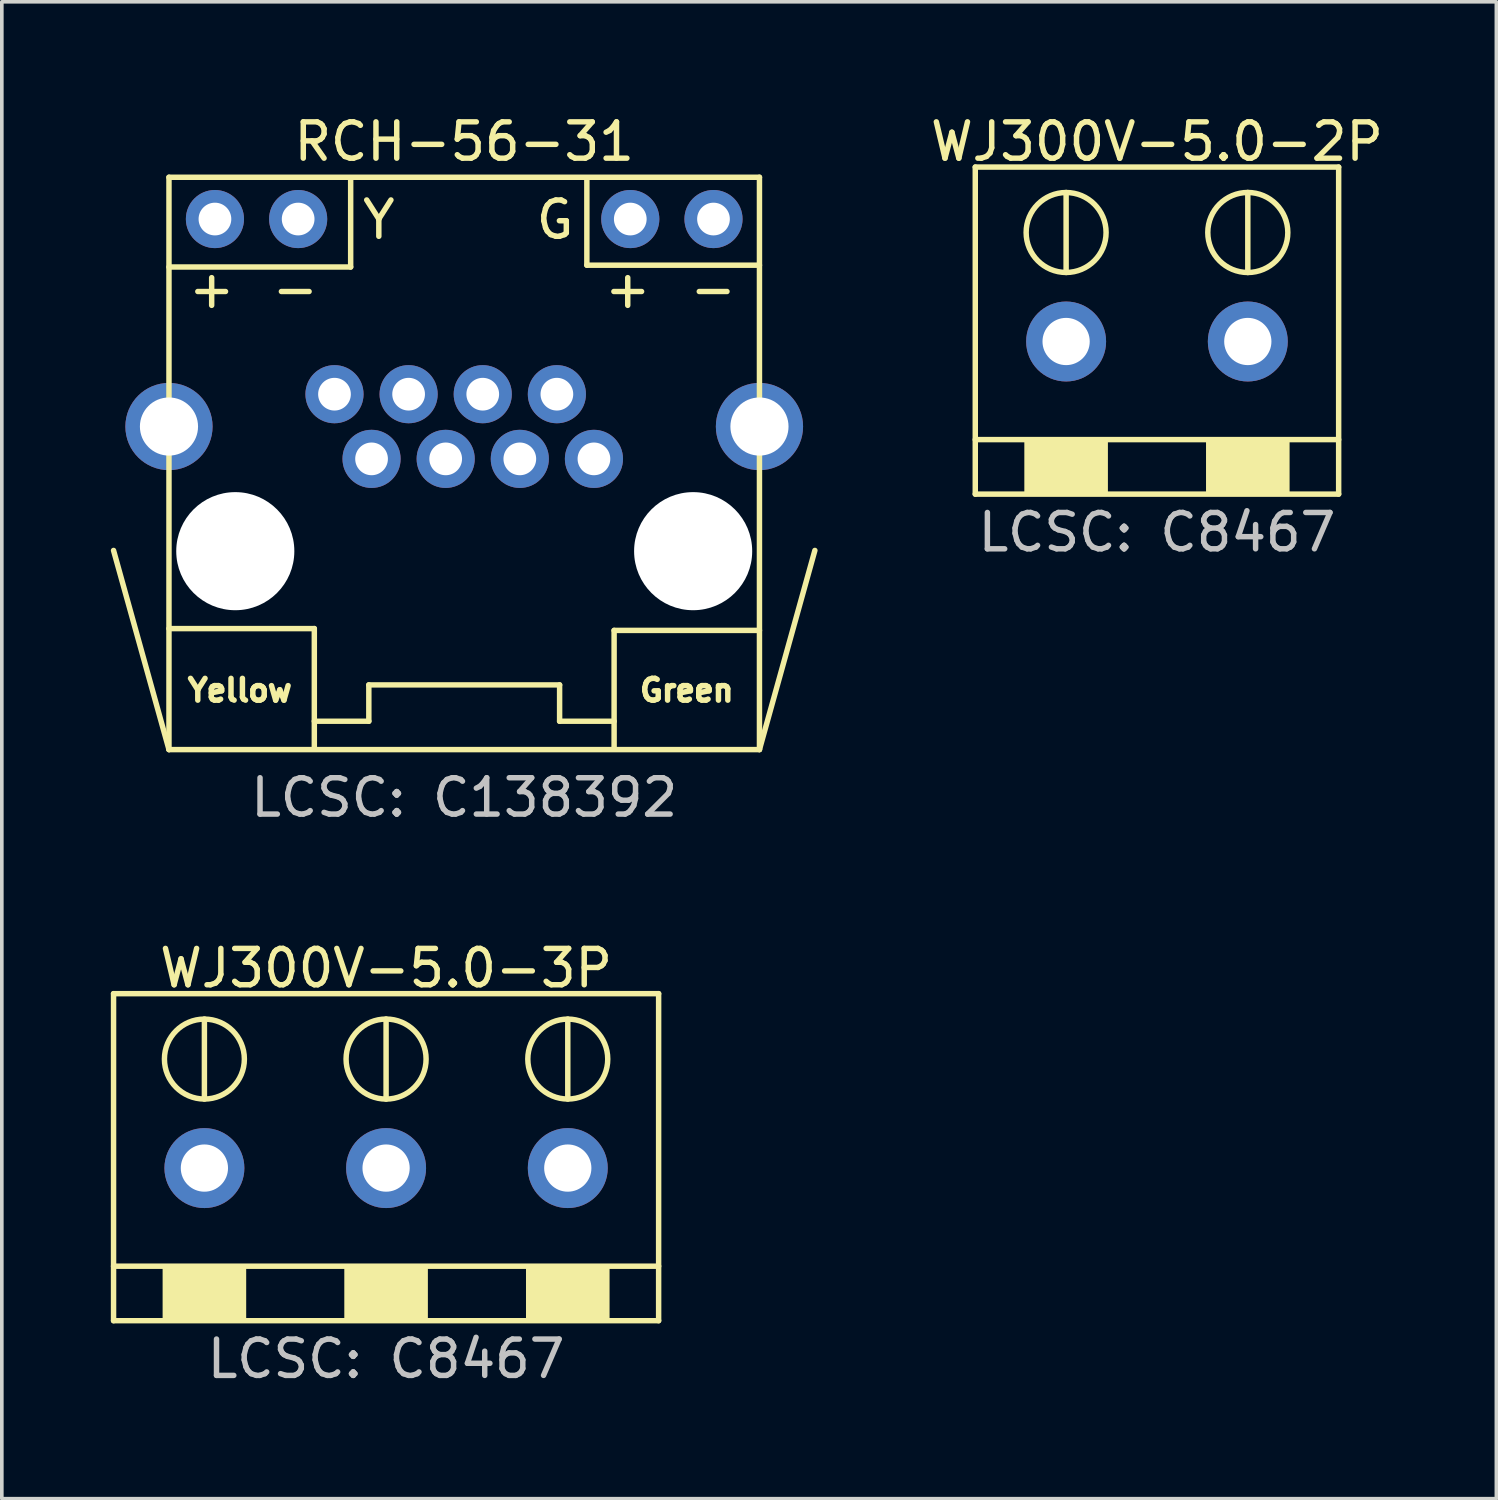
<source format=kicad_pcb>
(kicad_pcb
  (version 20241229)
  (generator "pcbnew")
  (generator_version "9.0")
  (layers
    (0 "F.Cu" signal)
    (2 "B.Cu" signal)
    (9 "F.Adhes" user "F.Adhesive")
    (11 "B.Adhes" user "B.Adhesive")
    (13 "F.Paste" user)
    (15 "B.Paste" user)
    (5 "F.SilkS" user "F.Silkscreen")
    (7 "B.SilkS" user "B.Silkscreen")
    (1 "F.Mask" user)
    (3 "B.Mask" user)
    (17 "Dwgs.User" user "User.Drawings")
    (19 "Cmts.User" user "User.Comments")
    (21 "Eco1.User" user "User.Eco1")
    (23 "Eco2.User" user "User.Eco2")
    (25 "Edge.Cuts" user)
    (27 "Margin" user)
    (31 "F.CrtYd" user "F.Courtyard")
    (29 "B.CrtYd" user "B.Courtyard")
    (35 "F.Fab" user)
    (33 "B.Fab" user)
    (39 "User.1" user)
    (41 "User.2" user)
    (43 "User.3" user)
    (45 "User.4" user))
  (footprint "RCH-56-31"
    (layer "F.Cu")
    (at 9.725 9.748)
    (property "Reference" "RCH-56-31" (at 0 -8.9 0) (layer "F.SilkS") (effects (font (size 1 1) (thickness 0.15))))
    (attr through_hole)
    (fp_line (start -8.125 -7.92) (end -8.125 7.83) (stroke (width 0.15) (type solid)) (layer "F.SilkS"))
    (fp_line (start -8.125 -5.45) (end -3.125 -5.45) (stroke (width 0.15) (type solid)) (layer "F.SilkS"))
    (fp_line (start -8.125 4.5) (end -4.125 4.5) (stroke (width 0.15) (type solid)) (layer "F.SilkS"))
    (fp_line (start -8.125 7.83) (end -9.65 2.35) (stroke (width 0.15) (type solid)) (layer "F.SilkS"))
    (fp_line (start -8.125 7.83) (end 8.125 7.83) (stroke (width 0.15) (type solid)) (layer "F.SilkS"))
    (fp_line (start -4.125 4.5) (end -4.125 7.8) (stroke (width 0.15) (type solid)) (layer "F.SilkS"))
    (fp_line (start -3.125 -5.45) (end -3.125 -7.9) (stroke (width 0.15) (type solid)) (layer "F.SilkS"))
    (fp_line (start -2.625 6.05) (end -2.625 7.05) (stroke (width 0.15) (type solid)) (layer "F.SilkS"))
    (fp_line (start -2.625 7.05) (end -4.125 7.05) (stroke (width 0.15) (type solid)) (layer "F.SilkS"))
    (fp_line (start 2.625 6.05) (end -2.625 6.05) (stroke (width 0.15) (type solid)) (layer "F.SilkS"))
    (fp_line (start 2.625 6.05) (end 2.625 7.05) (stroke (width 0.15) (type solid)) (layer "F.SilkS"))
    (fp_line (start 2.625 7.05) (end 4.125 7.05) (stroke (width 0.15) (type solid)) (layer "F.SilkS"))
    (fp_line (start 3.375 -5.5) (end 3.375 -7.9) (stroke (width 0.15) (type solid)) (layer "F.SilkS"))
    (fp_line (start 4.125 4.55) (end 4.125 7.8) (stroke (width 0.15) (type solid)) (layer "F.SilkS"))
    (fp_line (start 8.125 -7.92) (end -8.125 -7.92) (stroke (width 0.15) (type solid)) (layer "F.SilkS"))
    (fp_line (start 8.125 -5.5) (end 3.375 -5.5) (stroke (width 0.15) (type solid)) (layer "F.SilkS"))
    (fp_line (start 8.125 4.55) (end 4.125 4.55) (stroke (width 0.15) (type solid)) (layer "F.SilkS"))
    (fp_line (start 8.125 7.83) (end 8.125 -7.92) (stroke (width 0.15) (type solid)) (layer "F.SilkS"))
    (fp_line (start 8.125 7.83) (end 9.65 2.35) (stroke (width 0.15) (type solid)) (layer "F.SilkS"))
    (fp_text user "-" (at -4.65 -4.85 0) (layer "F.SilkS") (effects (font (size 1 1) (thickness 0.15))))
    (fp_text user "+" (at -6.95 -4.85 0) (layer "F.SilkS") (effects (font (size 1 1) (thickness 0.15))))
    (fp_text user "G" (at 2.5 -6.75 0) (layer "F.SilkS") (effects (font (size 1 1) (thickness 0.15))))
    (fp_text user "-" (at 6.85 -4.85 0) (layer "F.SilkS") (effects (font (size 1 1) (thickness 0.15))))
    (fp_text user "Green" (at 6.125 6.2 0) (layer "F.SilkS") (effects (font (size 0.6 0.6) (thickness 0.15))))
    (fp_text user "Yellow" (at -6.175 6.2 0) (layer "F.SilkS") (effects (font (size 0.6 0.6) (thickness 0.15))))
    (fp_text user "+" (at 4.5 -4.85 0) (layer "F.SilkS") (effects (font (size 1 1) (thickness 0.15))))
    (fp_text user "Y" (at -2.35 -6.75 0) (layer "F.SilkS") (effects (font (size 1 1) (thickness 0.15))))
    (fp_text user "LCSC: C138392" (at 0 9.15 0) (layer "Dwgs.User") (effects (font (size 1 1) (thickness 0.15))))
    (pad "" np_thru_hole circle (at -6.3 2.37) (size 3.25 3.25) (drill 3.25) (layers "*.Cu" "*.Mask"))
    (pad "" np_thru_hole circle (at 6.3 2.37) (size 3.25 3.25) (drill 3.25) (layers "*.Cu" "*.Mask"))
    (pad "1" thru_hole circle (at 3.57 -0.17) (size 1.6 1.6) (drill 0.9) (layers "*.Cu" "*.Mask"))
    (pad "2" thru_hole circle (at 2.55 -1.95) (size 1.6 1.6) (drill 0.9) (layers "*.Cu" "*.Mask"))
    (pad "3" thru_hole circle (at 1.53 -0.17) (size 1.6 1.6) (drill 0.9) (layers "*.Cu" "*.Mask"))
    (pad "4" thru_hole circle (at 0.51 -1.95) (size 1.6 1.6) (drill 0.9) (layers "*.Cu" "*.Mask"))
    (pad "5" thru_hole circle (at -0.51 -0.17) (size 1.6 1.6) (drill 0.9) (layers "*.Cu" "*.Mask"))
    (pad "6" thru_hole circle (at -1.53 -1.95) (size 1.6 1.6) (drill 0.9) (layers "*.Cu" "*.Mask"))
    (pad "7" thru_hole circle (at -2.55 -0.17) (size 1.6 1.6) (drill 0.9) (layers "*.Cu" "*.Mask"))
    (pad "8" thru_hole circle (at -3.57 -1.95) (size 1.6 1.6) (drill 0.9) (layers "*.Cu" "*.Mask"))
    (pad "9" thru_hole circle (at 6.86 -6.77) (size 1.6 1.6) (drill 0.9) (layers "*.Cu" "*.Mask"))
    (pad "10" thru_hole circle (at 4.57 -6.77) (size 1.6 1.6) (drill 0.9) (layers "*.Cu" "*.Mask"))
    (pad "11" thru_hole circle (at -4.57 -6.77) (size 1.6 1.6) (drill 0.9) (layers "*.Cu" "*.Mask"))
    (pad "12" thru_hole circle (at -6.86 -6.77) (size 1.6 1.6) (drill 0.9) (layers "*.Cu" "*.Mask"))
    (pad "SH" thru_hole circle (at -8.125 -1.06) (size 2.4 2.4) (drill 1.6) (layers "*.Cu" "*.Mask"))
    (pad "SH" thru_hole circle (at 8.125 -1.06) (size 2.4 2.4) (drill 1.6) (layers "*.Cu" "*.Mask")))
  (footprint "WJ300V-5.0-2P"
    (layer "F.Cu")
    (at 28.789 6.348)
    (property "Reference" "WJ300V-5.0-2P" (at 0 -5.5 0) (layer "F.SilkS") (effects (font (size 1 1) (thickness 0.15))))
    (attr through_hole)
    (fp_line (start -5 -4.8) (end -5 4.2) (stroke (width 0.15) (type solid)) (layer "F.SilkS"))
    (fp_line (start -5 -4.8) (end 5 -4.8) (stroke (width 0.15) (type solid)) (layer "F.SilkS"))
    (fp_line (start -5 2.7) (end 5 2.7) (stroke (width 0.15) (type solid)) (layer "F.SilkS"))
    (fp_line (start -5 4.2) (end 5 4.2) (stroke (width 0.15) (type solid)) (layer "F.SilkS"))
    (fp_line (start -2.5 -4.1) (end -2.5 -1.9) (stroke (width 0.15) (type solid)) (layer "F.SilkS"))
    (fp_line (start 2.5 -4.101) (end 2.5 -1.899) (stroke (width 0.15) (type solid)) (layer "F.SilkS"))
    (fp_line (start 5 4.2) (end 5 -4.8) (stroke (width 0.15) (type solid)) (layer "F.SilkS"))
    (fp_circle (center -2.5 -3) (end -3.6 -3) (stroke (width 0.15) (type solid)) (fill no) (layer "F.SilkS"))
    (fp_circle (center 2.5 -3) (end 3.6 -2.95) (stroke (width 0.15) (type solid)) (fill no) (layer "F.SilkS"))
    (fp_poly (pts (xy -3.6 2.7) (xy -1.4 2.7) (xy -1.4 4.2) (xy -3.6 4.2)) (stroke (width 0.1) (type solid)) (fill yes) (layer "F.SilkS"))
    (fp_poly (pts (xy 1.4 2.7) (xy 3.6 2.7) (xy 3.6 4.2) (xy 1.4 4.2)) (stroke (width 0.1) (type solid)) (fill yes) (layer "F.SilkS"))
    (fp_text user "LCSC: C8467" (at 0 5.25 0) (layer "Dwgs.User") (effects (font (size 1 1) (thickness 0.15))))
    (pad "1" thru_hole circle (at -2.5 0) (size 2.2 2.2) (drill 1.3) (layers "*.Cu" "*.Mask"))
    (pad "2" thru_hole circle (at 2.5 0) (size 2.2 2.2) (drill 1.3) (layers "*.Cu" "*.Mask")))
  (footprint "WJ300V-5.0-3P"
    (layer "F.Cu")
    (at 7.575 29.095)
    (property "Reference" "WJ300V-5.0-3P" (at 0 -5.5 0) (layer "F.SilkS") (effects (font (size 1 1) (thickness 0.15))))
    (attr through_hole)
    (fp_line (start -7.5 -4.8) (end -7.5 4.2) (stroke (width 0.15) (type solid)) (layer "F.SilkS"))
    (fp_line (start -7.5 -4.8) (end 7.5 -4.8) (stroke (width 0.15) (type solid)) (layer "F.SilkS"))
    (fp_line (start -7.5 2.7) (end 7.5 2.7) (stroke (width 0.15) (type solid)) (layer "F.SilkS"))
    (fp_line (start -7.5 4.2) (end 7.5 4.2) (stroke (width 0.15) (type solid)) (layer "F.SilkS"))
    (fp_line (start -5 -4.1) (end -5 -1.9) (stroke (width 0.15) (type solid)) (layer "F.SilkS"))
    (fp_line (start 0 -4.101) (end 0 -1.899) (stroke (width 0.15) (type solid)) (layer "F.SilkS"))
    (fp_line (start 5 -4.1) (end 5 -1.9) (stroke (width 0.15) (type solid)) (layer "F.SilkS"))
    (fp_line (start 7.5 4.2) (end 7.5 -4.8) (stroke (width 0.15) (type solid)) (layer "F.SilkS"))
    (fp_circle (center -5 -3) (end -6.1 -3) (stroke (width 0.15) (type solid)) (fill no) (layer "F.SilkS"))
    (fp_circle (center 0 -3) (end 1.1 -2.95) (stroke (width 0.15) (type solid)) (fill no) (layer "F.SilkS"))
    (fp_circle (center 5 -3) (end 6.1 -3) (stroke (width 0.15) (type solid)) (fill no) (layer "F.SilkS"))
    (fp_poly (pts (xy -6.1 2.7) (xy -3.9 2.7) (xy -3.9 4.2) (xy -6.1 4.2)) (stroke (width 0.1) (type solid)) (fill yes) (layer "F.SilkS"))
    (fp_poly (pts (xy -1.1 2.7) (xy 1.1 2.7) (xy 1.1 4.2) (xy -1.1 4.2)) (stroke (width 0.1) (type solid)) (fill yes) (layer "F.SilkS"))
    (fp_poly (pts (xy 3.9 2.7) (xy 6.1 2.7) (xy 6.1 4.2) (xy 3.9 4.2)) (stroke (width 0.1) (type solid)) (fill yes) (layer "F.SilkS"))
    (fp_text user "LCSC: C8467" (at 0 5.25 0) (layer "Dwgs.User") (effects (font (size 1 1) (thickness 0.15))))
    (pad "1" thru_hole circle (at -5 0) (size 2.2 2.2) (drill 1.3) (layers "*.Cu" "*.Mask"))
    (pad "2" thru_hole circle (at 0 0) (size 2.2 2.2) (drill 1.3) (layers "*.Cu" "*.Mask"))
    (pad "3" thru_hole circle (at 5 0) (size 2.2 2.2) (drill 1.3) (layers "*.Cu" "*.Mask")))
  (gr_rect
    (start -3 -3)
    (end 38.129 38.193)
    (stroke (width 0.1) (type default))
    (fill no)
    (layer "Edge.Cuts")))
</source>
